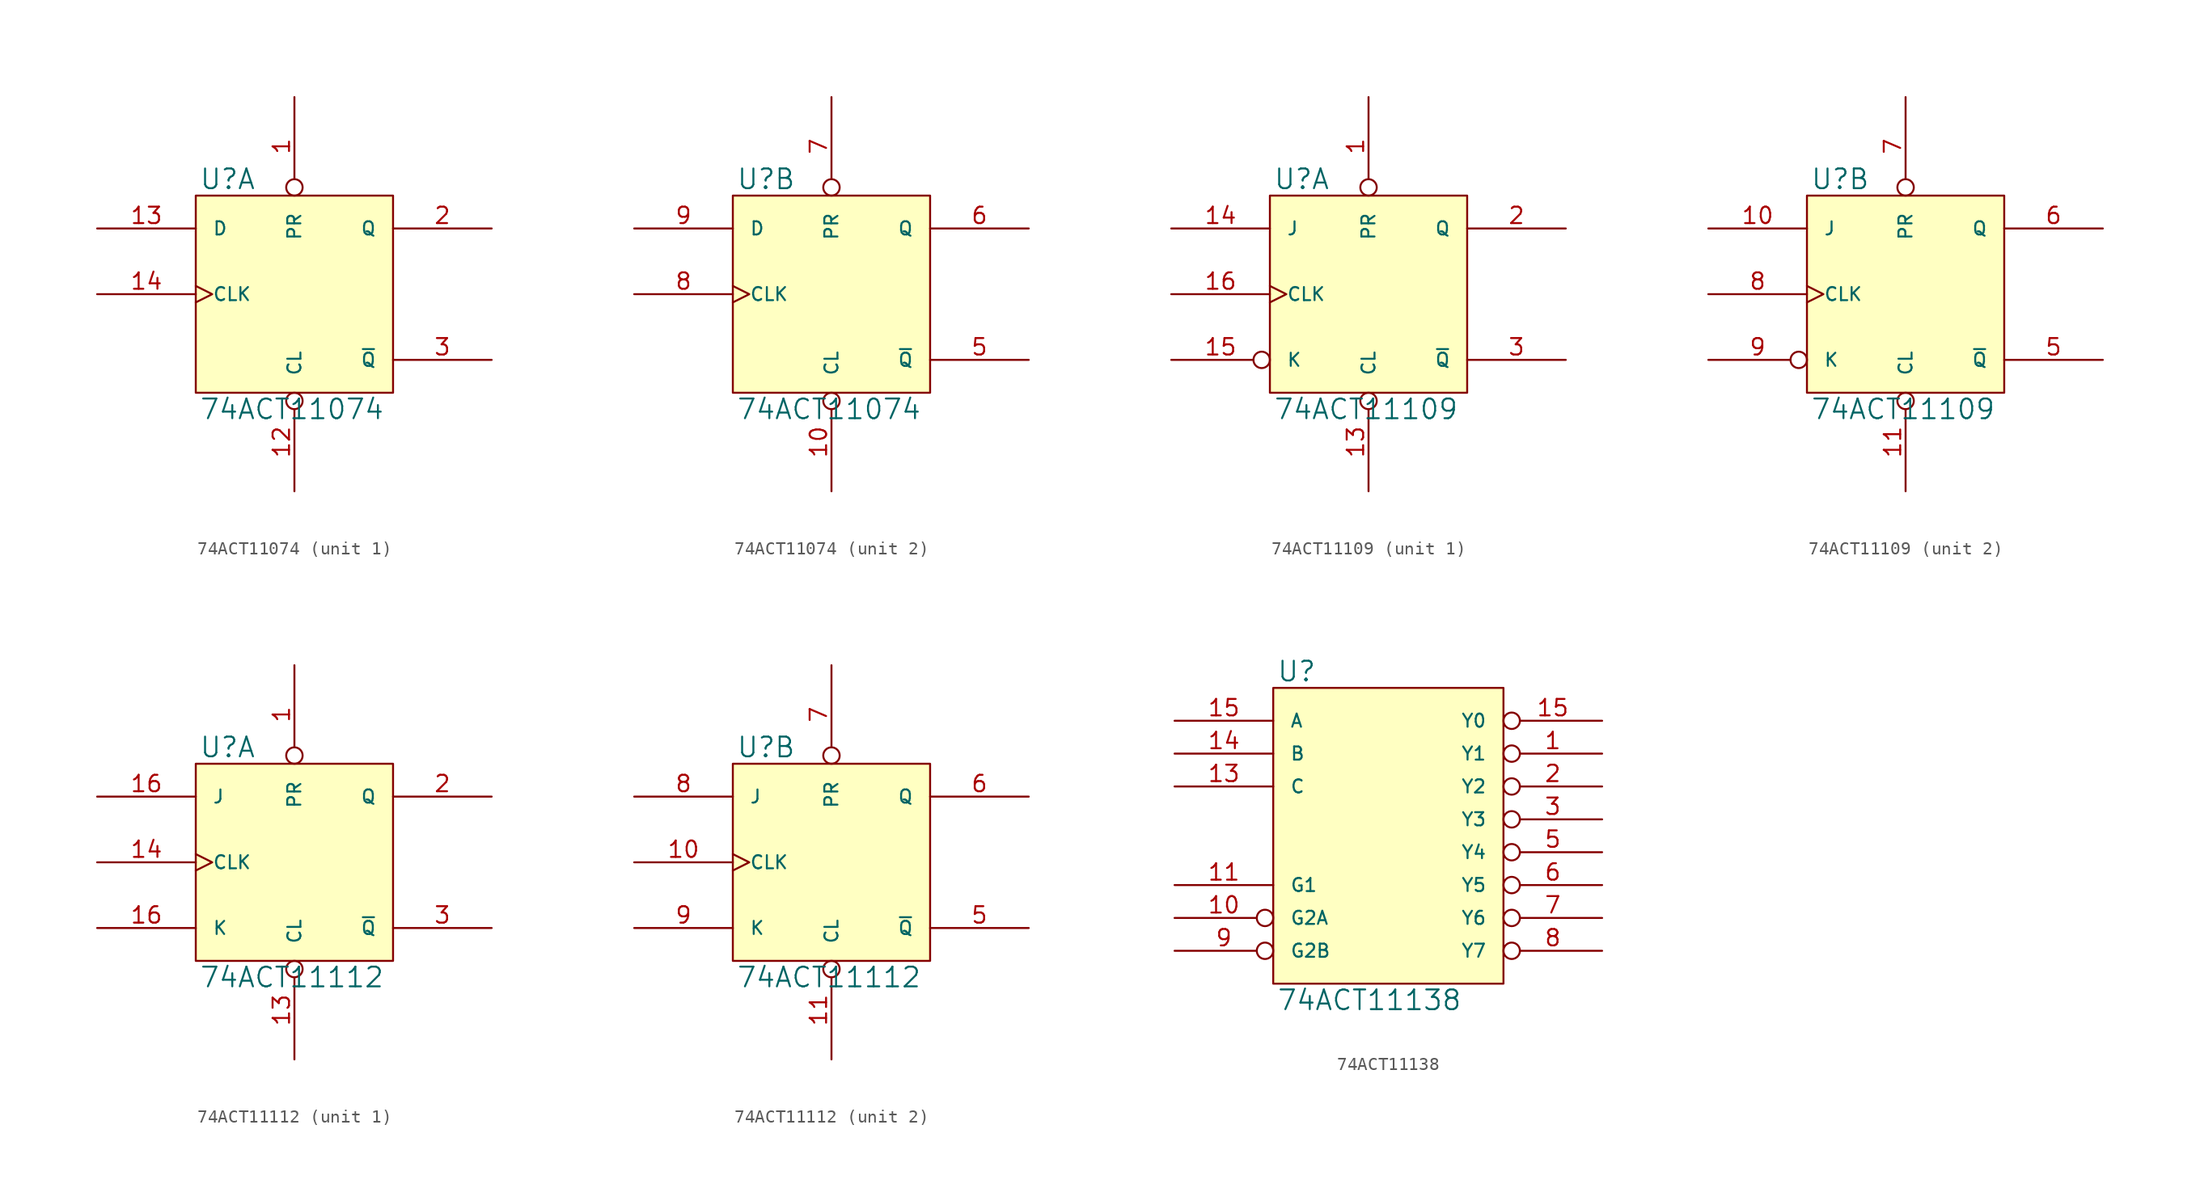
<source format=kicad_sym>
(kicad_symbol_lib
  (version 20231120)
  (generator "kicad_symbol_editor")
  (generator_version "8.0")
  (symbol "74ACT11074"
    (pin_names
      (offset 1.27))
    (property "Reference" "U"
      (at 0.254 0.381 0)
      (effects (font (size 1.524 1.524)) (justify left bottom)))
    (property "Value" "74ACT11074"
      (at 0.254 -15.621 0)
      (effects (font (size 1.524 1.524)) (justify left top)))
    (symbol "74ACT11074_0_1"
      (rectangle (start 0 0) (end 15.24 -15.24) (stroke (width 0) (type solid)) (fill (type background))))
    (symbol "74ACT11074_1_1"
      (pin input inverted (at 7.62 7.62 270) (length 7.62) (name "PR" (effects (font (size 1.016 1.016)))) (number "1" (effects (font (size 1.27 1.27)))))
      (pin power_in line (at 0 0 270) (length 0) hide (name "VCC" (effects (font (size 1.016 1.016)))) (number "11" (effects (font (size 1.27 1.27)))))
      (pin input inverted (at 7.62 -22.86 90) (length 7.62) (name "CL" (effects (font (size 1.016 1.016)))) (number "12" (effects (font (size 1.27 1.27)))))
      (pin input line (at -7.62 -2.54 0) (length 7.62) (name "D" (effects (font (size 1.016 1.016)))) (number "13" (effects (font (size 1.27 1.27)))))
      (pin input clock (at -7.62 -7.62 0) (length 7.62) (name "CLK" (effects (font (size 1.016 1.016)))) (number "14" (effects (font (size 1.27 1.27)))))
      (pin output line (at 22.86 -2.54 180) (length 7.62) (name "Q" (effects (font (size 1.016 1.016)))) (number "2" (effects (font (size 1.27 1.27)))))
      (pin output line (at 22.86 -12.7 180) (length 7.62) (name "~{Q}" (effects (font (size 1.016 1.016)))) (number "3" (effects (font (size 1.27 1.27)))))
      (pin power_in line (at 0 -15.24 90) (length 0) hide (name "GND" (effects (font (size 1.016 1.016)))) (number "4" (effects (font (size 1.27 1.27))))))
    (symbol "74ACT11074_2_1"
      (pin input inverted (at 7.62 -22.86 90) (length 7.62) (name "CL" (effects (font (size 1.016 1.016)))) (number "10" (effects (font (size 1.27 1.27)))))
      (pin power_in line (at 0 0 270) (length 0) hide (name "VCC" (effects (font (size 1.016 1.016)))) (number "11" (effects (font (size 1.27 1.27)))))
      (pin power_in line (at 0 -15.24 90) (length 0) hide (name "GND" (effects (font (size 1.016 1.016)))) (number "4" (effects (font (size 1.27 1.27)))))
      (pin output line (at 22.86 -12.7 180) (length 7.62) (name "~{Q}" (effects (font (size 1.016 1.016)))) (number "5" (effects (font (size 1.27 1.27)))))
      (pin output line (at 22.86 -2.54 180) (length 7.62) (name "Q" (effects (font (size 1.016 1.016)))) (number "6" (effects (font (size 1.27 1.27)))))
      (pin input inverted (at 7.62 7.62 270) (length 7.62) (name "PR" (effects (font (size 1.016 1.016)))) (number "7" (effects (font (size 1.27 1.27)))))
      (pin input clock (at -7.62 -7.62 0) (length 7.62) (name "CLK" (effects (font (size 1.016 1.016)))) (number "8" (effects (font (size 1.27 1.27)))))
      (pin input line (at -7.62 -2.54 0) (length 7.62) (name "D" (effects (font (size 1.016 1.016)))) (number "9" (effects (font (size 1.27 1.27)))))))
  (symbol "74ACT11109"
    (pin_names
      (offset 1.27))
    (property "Reference" "U"
      (at 0.254 0.381 0)
      (effects (font (size 1.524 1.524)) (justify left bottom)))
    (property "Value" "74ACT11109"
      (at 0.254 -15.621 0)
      (effects (font (size 1.524 1.524)) (justify left top)))
    (symbol "74ACT11109_0_1"
      (rectangle (start 0 0) (end 15.24 -15.24) (stroke (width 0) (type solid)) (fill (type background))))
    (symbol "74ACT11109_1_1"
      (pin input inverted (at 7.62 7.62 270) (length 7.62) (name "PR" (effects (font (size 1.016 1.016)))) (number "1" (effects (font (size 1.27 1.27)))))
      (pin power_in line (at 0 0 270) (length 0) hide (name "VCC" (effects (font (size 1.016 1.016)))) (number "12" (effects (font (size 1.27 1.27)))))
      (pin input inverted (at 7.62 -22.86 90) (length 7.62) (name "CL" (effects (font (size 1.016 1.016)))) (number "13" (effects (font (size 1.27 1.27)))))
      (pin input line (at -7.62 -2.54 0) (length 7.62) (name "J" (effects (font (size 1.016 1.016)))) (number "14" (effects (font (size 1.27 1.27)))))
      (pin input inverted (at -7.62 -12.7 0) (length 7.62) (name "K" (effects (font (size 1.016 1.016)))) (number "15" (effects (font (size 1.27 1.27)))))
      (pin input clock (at -7.62 -7.62 0) (length 7.62) (name "CLK" (effects (font (size 1.016 1.016)))) (number "16" (effects (font (size 1.27 1.27)))))
      (pin output line (at 22.86 -2.54 180) (length 7.62) (name "Q" (effects (font (size 1.016 1.016)))) (number "2" (effects (font (size 1.27 1.27)))))
      (pin output line (at 22.86 -12.7 180) (length 7.62) (name "~{Q}" (effects (font (size 1.016 1.016)))) (number "3" (effects (font (size 1.27 1.27)))))
      (pin power_in line (at 0 -15.24 90) (length 0) hide (name "GND" (effects (font (size 1.016 1.016)))) (number "4" (effects (font (size 1.27 1.27))))))
    (symbol "74ACT11109_2_1"
      (pin input line (at -7.62 -2.54 0) (length 7.62) (name "J" (effects (font (size 1.016 1.016)))) (number "10" (effects (font (size 1.27 1.27)))))
      (pin input inverted (at 7.62 -22.86 90) (length 7.62) (name "CL" (effects (font (size 1.016 1.016)))) (number "11" (effects (font (size 1.27 1.27)))))
      (pin power_in line (at 0 0 270) (length 0) hide (name "VCC" (effects (font (size 1.016 1.016)))) (number "12" (effects (font (size 1.27 1.27)))))
      (pin power_in line (at 0 -15.24 90) (length 0) hide (name "GND" (effects (font (size 1.016 1.016)))) (number "4" (effects (font (size 1.27 1.27)))))
      (pin output line (at 22.86 -12.7 180) (length 7.62) (name "~{Q}" (effects (font (size 1.016 1.016)))) (number "5" (effects (font (size 1.27 1.27)))))
      (pin output line (at 22.86 -2.54 180) (length 7.62) (name "Q" (effects (font (size 1.016 1.016)))) (number "6" (effects (font (size 1.27 1.27)))))
      (pin input inverted (at 7.62 7.62 270) (length 7.62) (name "PR" (effects (font (size 1.016 1.016)))) (number "7" (effects (font (size 1.27 1.27)))))
      (pin input clock (at -7.62 -7.62 0) (length 7.62) (name "CLK" (effects (font (size 1.016 1.016)))) (number "8" (effects (font (size 1.27 1.27)))))
      (pin input inverted (at -7.62 -12.7 0) (length 7.62) (name "K" (effects (font (size 1.016 1.016)))) (number "9" (effects (font (size 1.27 1.27)))))))
  (symbol "74ACT11112"
    (pin_names
      (offset 1.27))
    (property "Reference" "U"
      (at 0.254 0.381 0)
      (effects (font (size 1.524 1.524)) (justify left bottom)))
    (property "Value" "74ACT11112"
      (at 0.254 -15.621 0)
      (effects (font (size 1.524 1.524)) (justify left top)))
    (symbol "74ACT11112_0_1"
      (rectangle (start 0 0) (end 15.24 -15.24) (stroke (width 0) (type solid)) (fill (type background))))
    (symbol "74ACT11112_1_1"
      (pin input inverted (at 7.62 7.62 270) (length 7.62) (name "PR" (effects (font (size 1.016 1.016)))) (number "1" (effects (font (size 1.27 1.27)))))
      (pin power_in line (at 0 0 270) (length 0) hide (name "VCC" (effects (font (size 1.016 1.016)))) (number "12" (effects (font (size 1.27 1.27)))))
      (pin input inverted (at 7.62 -22.86 90) (length 7.62) (name "CL" (effects (font (size 1.016 1.016)))) (number "13" (effects (font (size 1.27 1.27)))))
      (pin input clock (at -7.62 -7.62 0) (length 7.62) (name "CLK" (effects (font (size 1.016 1.016)))) (number "14" (effects (font (size 1.27 1.27)))))
      (pin input line (at -7.62 -2.54 0) (length 7.62) (name "J" (effects (font (size 1.016 1.016)))) (number "16" (effects (font (size 1.27 1.27)))))
      (pin input line (at -7.62 -12.7 0) (length 7.62) (name "K" (effects (font (size 1.016 1.016)))) (number "16" (effects (font (size 1.27 1.27)))))
      (pin output line (at 22.86 -2.54 180) (length 7.62) (name "Q" (effects (font (size 1.016 1.016)))) (number "2" (effects (font (size 1.27 1.27)))))
      (pin output line (at 22.86 -12.7 180) (length 7.62) (name "~{Q}" (effects (font (size 1.016 1.016)))) (number "3" (effects (font (size 1.27 1.27)))))
      (pin power_in line (at 0 -15.24 90) (length 0) hide (name "GND" (effects (font (size 1.016 1.016)))) (number "4" (effects (font (size 1.27 1.27))))))
    (symbol "74ACT11112_2_1"
      (pin input clock (at -7.62 -7.62 0) (length 7.62) (name "CLK" (effects (font (size 1.016 1.016)))) (number "10" (effects (font (size 1.27 1.27)))))
      (pin input inverted (at 7.62 -22.86 90) (length 7.62) (name "CL" (effects (font (size 1.016 1.016)))) (number "11" (effects (font (size 1.27 1.27)))))
      (pin power_in line (at 0 0 270) (length 0) hide (name "VCC" (effects (font (size 1.016 1.016)))) (number "12" (effects (font (size 1.27 1.27)))))
      (pin power_in line (at 0 -15.24 90) (length 0) hide (name "GND" (effects (font (size 1.016 1.016)))) (number "4" (effects (font (size 1.27 1.27)))))
      (pin output line (at 22.86 -12.7 180) (length 7.62) (name "~{Q}" (effects (font (size 1.016 1.016)))) (number "5" (effects (font (size 1.27 1.27)))))
      (pin output line (at 22.86 -2.54 180) (length 7.62) (name "Q" (effects (font (size 1.016 1.016)))) (number "6" (effects (font (size 1.27 1.27)))))
      (pin input inverted (at 7.62 7.62 270) (length 7.62) (name "PR" (effects (font (size 1.016 1.016)))) (number "7" (effects (font (size 1.27 1.27)))))
      (pin input line (at -7.62 -2.54 0) (length 7.62) (name "J" (effects (font (size 1.016 1.016)))) (number "8" (effects (font (size 1.27 1.27)))))
      (pin input line (at -7.62 -12.7 0) (length 7.62) (name "K" (effects (font (size 1.016 1.016)))) (number "9" (effects (font (size 1.27 1.27)))))))
  (symbol "74ACT11138"
    (pin_names
      (offset 1.27))
    (property "Reference" "U"
      (at 0.254 0.381 0)
      (effects (font (size 1.524 1.524)) (justify left bottom)))
    (property "Value" "74ACT11138"
      (at 0.254 -23.241 0)
      (effects (font (size 1.524 1.524)) (justify left top)))
    (symbol "74ACT11138_0_1"
      (rectangle (start 0 0) (end 17.78 -22.86) (stroke (width 0) (type solid)) (fill (type background))))
    (symbol "74ACT11138_1_1"
      (pin output inverted (at 25.4 -5.08 180) (length 7.62) (name "Y1" (effects (font (size 1.016 1.016)))) (number "1" (effects (font (size 1.27 1.27)))))
      (pin input inverted (at -7.62 -17.78 0) (length 7.62) (name "G2A" (effects (font (size 1.016 1.016)))) (number "10" (effects (font (size 1.27 1.27)))))
      (pin input line (at -7.62 -15.24 0) (length 7.62) (name "G1" (effects (font (size 1.016 1.016)))) (number "11" (effects (font (size 1.27 1.27)))))
      (pin power_in line (at 0 0 270) (length 0) hide (name "VCC" (effects (font (size 1.016 1.016)))) (number "12" (effects (font (size 1.27 1.27)))))
      (pin input line (at -7.62 -7.62 0) (length 7.62) (name "C" (effects (font (size 1.016 1.016)))) (number "13" (effects (font (size 1.27 1.27)))))
      (pin input line (at -7.62 -5.08 0) (length 7.62) (name "B" (effects (font (size 1.016 1.016)))) (number "14" (effects (font (size 1.27 1.27)))))
      (pin input line (at -7.62 -2.54 0) (length 7.62) (name "A" (effects (font (size 1.016 1.016)))) (number "15" (effects (font (size 1.27 1.27)))))
      (pin output inverted (at 25.4 -2.54 180) (length 7.62) (name "Y0" (effects (font (size 1.016 1.016)))) (number "15" (effects (font (size 1.27 1.27)))))
      (pin output inverted (at 25.4 -7.62 180) (length 7.62) (name "Y2" (effects (font (size 1.016 1.016)))) (number "2" (effects (font (size 1.27 1.27)))))
      (pin output inverted (at 25.4 -10.16 180) (length 7.62) (name "Y3" (effects (font (size 1.016 1.016)))) (number "3" (effects (font (size 1.27 1.27)))))
      (pin power_in line (at 0 -22.86 90) (length 0) hide (name "GND" (effects (font (size 1.016 1.016)))) (number "4" (effects (font (size 1.27 1.27)))))
      (pin output inverted (at 25.4 -12.7 180) (length 7.62) (name "Y4" (effects (font (size 1.016 1.016)))) (number "5" (effects (font (size 1.27 1.27)))))
      (pin output inverted (at 25.4 -15.24 180) (length 7.62) (name "Y5" (effects (font (size 1.016 1.016)))) (number "6" (effects (font (size 1.27 1.27)))))
      (pin output inverted (at 25.4 -17.78 180) (length 7.62) (name "Y6" (effects (font (size 1.016 1.016)))) (number "7" (effects (font (size 1.27 1.27)))))
      (pin output inverted (at 25.4 -20.32 180) (length 7.62) (name "Y7" (effects (font (size 1.016 1.016)))) (number "8" (effects (font (size 1.27 1.27)))))
      (pin input inverted (at -7.62 -20.32 0) (length 7.62) (name "G2B" (effects (font (size 1.016 1.016)))) (number "9" (effects (font (size 1.27 1.27))))))))
</source>
